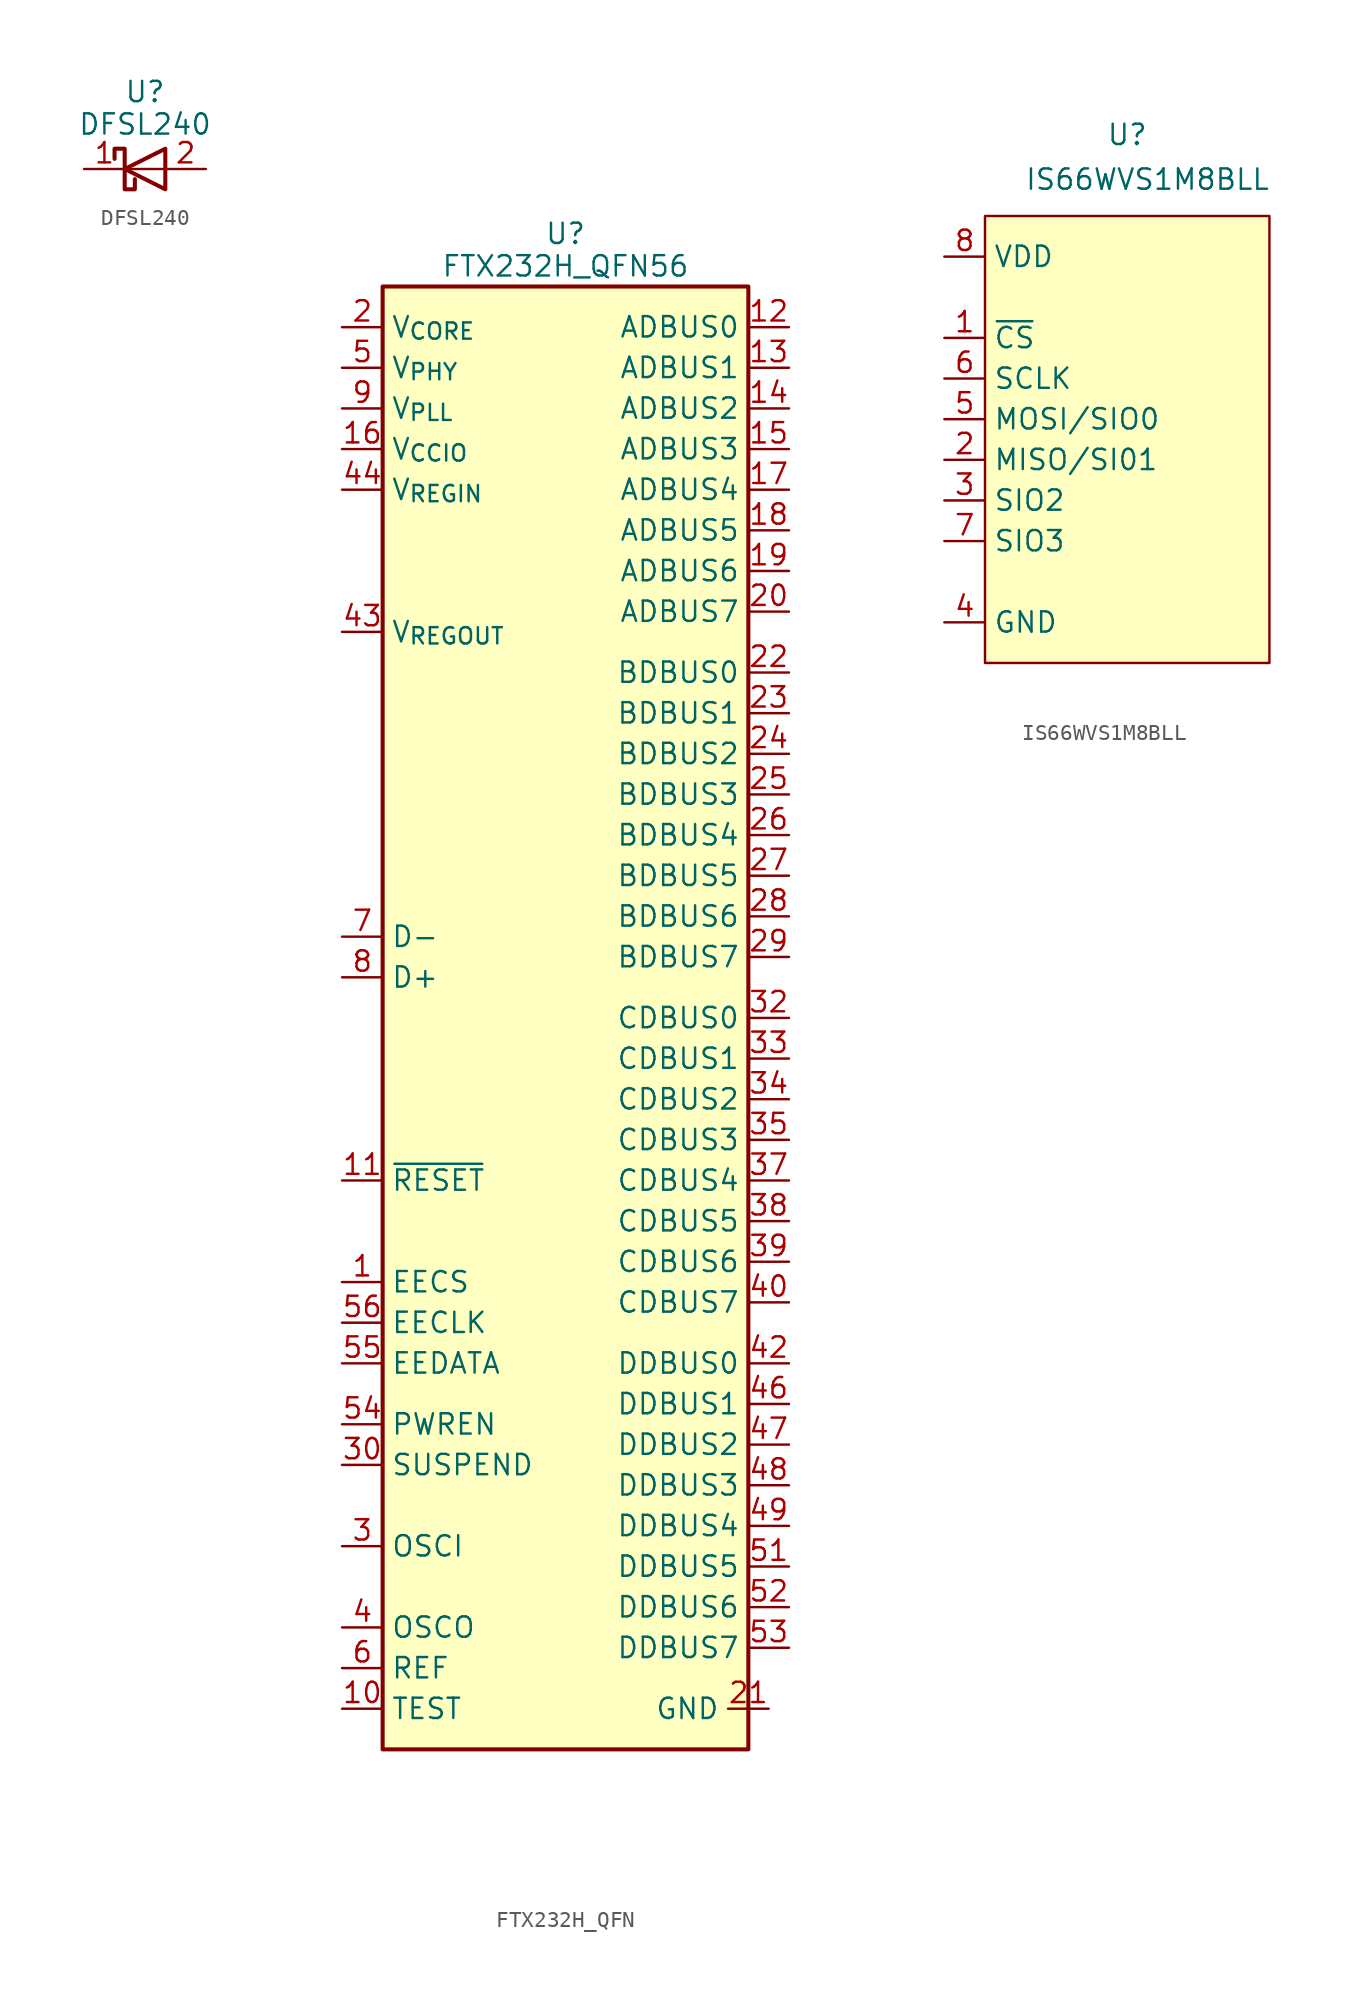
<source format=kicad_sym>
(kicad_symbol_lib
  (version 20231120)
  (generator "kicad_symbol_editor")
  (generator_version "8.0")
  (symbol "DFSL240"
    (pin_names hide)
    (property "Reference" "U"
      (at 0 4.826 0)
      (effects (font (size 1.27 1.27))))
    (property "Value" "DFSL240"
      (at 0 2.794 0)
      (effects (font (size 1.27 1.27))))
    (symbol "DFSL240_0_1"
      (polyline (pts (xy 1.27 0) (xy -1.27 0)) (stroke (width 0) (type default)) (fill (type none)))
      (polyline (pts (xy 1.27 1.27) (xy 1.27 -1.27) (xy -1.27 0) (xy 1.27 1.27)) (stroke (width 0.254) (type default)) (fill (type none)))
      (polyline (pts (xy -1.905 0.635) (xy -1.905 1.27) (xy -1.27 1.27) (xy -1.27 -1.27) (xy -0.635 -1.27) (xy -0.635 -0.635)) (stroke (width 0.254) (type default)) (fill (type none))))
    (symbol "DFSL240_1_1"
      (pin passive line (at -3.81 0 0) (length 2.54) (name "K" (effects (font (size 1.27 1.27)))) (number "1" (effects (font (size 1.27 1.27)))))
      (pin passive line (at 3.81 0 180) (length 2.54) (name "A" (effects (font (size 1.27 1.27)))) (number "2" (effects (font (size 1.27 1.27)))))))
  (symbol "FTX232H_QFN"
    (property "Reference" "U"
      (at 11.43 46.482 0)
      (effects (font (size 1.27 1.27))))
    (property "Value" "FTX232H_QFN56"
      (at 11.43 44.45 0)
      (effects (font (size 1.27 1.27) (thickness 0.15))))
    (symbol "FTX232H_QFN_1_1"
      (rectangle (start 0 43.18) (end 22.86 -48.26) (stroke (width 0.254) (type default)) (fill (type background)))
      (pin bidirectional line (at -2.54 -19.05 0) (length 2.54) (name "EECS" (effects (font (size 1.27 1.27)))) (number "1" (effects (font (size 1.27 1.27)))))
      (pin input line (at -2.54 -45.72 0) (length 2.54) (name "TEST" (effects (font (size 1.27 1.27)))) (number "10" (effects (font (size 1.27 1.27)))))
      (pin input line (at -2.54 -12.7 0) (length 2.54) (name "~{RESET}" (effects (font (size 1.27 1.27)))) (number "11" (effects (font (size 1.27 1.27)))))
      (pin bidirectional line (at 25.4 40.64 180) (length 2.54) (name "ADBUS0" (effects (font (size 1.27 1.27)))) (number "12" (effects (font (size 1.27 1.27)))))
      (pin bidirectional line (at 25.4 38.1 180) (length 2.54) (name "ADBUS1" (effects (font (size 1.27 1.27)))) (number "13" (effects (font (size 1.27 1.27)))))
      (pin bidirectional line (at 25.4 35.56 180) (length 2.54) (name "ADBUS2" (effects (font (size 1.27 1.27)))) (number "14" (effects (font (size 1.27 1.27)))))
      (pin bidirectional line (at 25.4 33.02 180) (length 2.54) (name "ADBUS3" (effects (font (size 1.27 1.27)))) (number "15" (effects (font (size 1.27 1.27)))))
      (pin power_in line (at -2.54 33.02 0) (length 2.54) (name "V_{CCIO}" (effects (font (size 1.27 1.27)))) (number "16" (effects (font (size 1.27 1.27)))))
      (pin bidirectional line (at 25.4 30.48 180) (length 2.54) (name "ADBUS4" (effects (font (size 1.27 1.27)))) (number "17" (effects (font (size 1.27 1.27)))))
      (pin bidirectional line (at 25.4 27.94 180) (length 2.54) (name "ADBUS5" (effects (font (size 1.27 1.27)))) (number "18" (effects (font (size 1.27 1.27)))))
      (pin bidirectional line (at 25.4 25.4 180) (length 2.54) (name "ADBUS6" (effects (font (size 1.27 1.27)))) (number "19" (effects (font (size 1.27 1.27)))))
      (pin power_in line (at -2.54 40.64 0) (length 2.54) (name "V_{CORE}" (effects (font (size 1.27 1.27)))) (number "2" (effects (font (size 1.27 1.27)))))
      (pin bidirectional line (at 25.4 22.86 180) (length 2.54) (name "ADBUS7" (effects (font (size 1.27 1.27)))) (number "20" (effects (font (size 1.27 1.27)))))
      (pin passive line (at 24.13 -45.72 180) (length 2.54) (name "GND" (effects (font (size 1.27 1.27)))) (number "21" (effects (font (size 1.27 1.27)))))
      (pin bidirectional line (at 25.4 19.05 180) (length 2.54) (name "BDBUS0" (effects (font (size 1.27 1.27)))) (number "22" (effects (font (size 1.27 1.27)))))
      (pin bidirectional line (at 25.4 16.51 180) (length 2.54) (name "BDBUS1" (effects (font (size 1.27 1.27)))) (number "23" (effects (font (size 1.27 1.27)))))
      (pin bidirectional line (at 25.4 13.97 180) (length 2.54) (name "BDBUS2" (effects (font (size 1.27 1.27)))) (number "24" (effects (font (size 1.27 1.27)))))
      (pin bidirectional line (at 25.4 11.43 180) (length 2.54) (name "BDBUS3" (effects (font (size 1.27 1.27)))) (number "25" (effects (font (size 1.27 1.27)))))
      (pin bidirectional line (at 25.4 8.89 180) (length 2.54) (name "BDBUS4" (effects (font (size 1.27 1.27)))) (number "26" (effects (font (size 1.27 1.27)))))
      (pin bidirectional line (at 25.4 6.35 180) (length 2.54) (name "BDBUS5" (effects (font (size 1.27 1.27)))) (number "27" (effects (font (size 1.27 1.27)))))
      (pin bidirectional line (at 25.4 3.81 180) (length 2.54) (name "BDBUS6" (effects (font (size 1.27 1.27)))) (number "28" (effects (font (size 1.27 1.27)))))
      (pin bidirectional line (at 25.4 1.27 180) (length 2.54) (name "BDBUS7" (effects (font (size 1.27 1.27)))) (number "29" (effects (font (size 1.27 1.27)))))
      (pin input line (at -2.54 -35.56 0) (length 2.54) (name "OSCI" (effects (font (size 1.27 1.27)))) (number "3" (effects (font (size 1.27 1.27)))))
      (pin output line (at -2.54 -30.48 0) (length 2.54) (name "SUSPEND" (effects (font (size 1.27 1.27)))) (number "30" (effects (font (size 1.27 1.27)))))
      (pin passive line (at -2.54 40.64 0) (length 2.54) hide (name "V_{CORE}" (effects (font (size 1.27 1.27)))) (number "31" (effects (font (size 1.27 1.27)))))
      (pin bidirectional line (at 25.4 -2.54 180) (length 2.54) (name "CDBUS0" (effects (font (size 1.27 1.27)))) (number "32" (effects (font (size 1.27 1.27)))))
      (pin bidirectional line (at 25.4 -5.08 180) (length 2.54) (name "CDBUS1" (effects (font (size 1.27 1.27)))) (number "33" (effects (font (size 1.27 1.27)))))
      (pin bidirectional line (at 25.4 -7.62 180) (length 2.54) (name "CDBUS2" (effects (font (size 1.27 1.27)))) (number "34" (effects (font (size 1.27 1.27)))))
      (pin bidirectional line (at 25.4 -10.16 180) (length 2.54) (name "CDBUS3" (effects (font (size 1.27 1.27)))) (number "35" (effects (font (size 1.27 1.27)))))
      (pin passive line (at -2.54 33.02 0) (length 2.54) hide (name "V_{CCIO}" (effects (font (size 1.27 1.27)))) (number "36" (effects (font (size 1.27 1.27)))))
      (pin bidirectional line (at 25.4 -12.7 180) (length 2.54) (name "CDBUS4" (effects (font (size 1.27 1.27)))) (number "37" (effects (font (size 1.27 1.27)))))
      (pin bidirectional line (at 25.4 -15.24 180) (length 2.54) (name "CDBUS5" (effects (font (size 1.27 1.27)))) (number "38" (effects (font (size 1.27 1.27)))))
      (pin bidirectional line (at 25.4 -17.78 180) (length 2.54) (name "CDBUS6" (effects (font (size 1.27 1.27)))) (number "39" (effects (font (size 1.27 1.27)))))
      (pin output line (at -2.54 -40.64 0) (length 2.54) (name "OSCO" (effects (font (size 1.27 1.27)))) (number "4" (effects (font (size 1.27 1.27)))))
      (pin bidirectional line (at 25.4 -20.32 180) (length 2.54) (name "CDBUS7" (effects (font (size 1.27 1.27)))) (number "40" (effects (font (size 1.27 1.27)))))
      (pin passive line (at 24.13 -45.72 180) (length 2.54) hide (name "GND" (effects (font (size 1.27 1.27)))) (number "41" (effects (font (size 1.27 1.27)))))
      (pin bidirectional line (at 25.4 -24.13 180) (length 2.54) (name "DDBUS0" (effects (font (size 1.27 1.27)))) (number "42" (effects (font (size 1.27 1.27)))))
      (pin power_out line (at -2.54 21.59 0) (length 2.54) (name "V_{REGOUT}" (effects (font (size 1.27 1.27)))) (number "43" (effects (font (size 1.27 1.27)))))
      (pin power_in line (at -2.54 30.48 0) (length 2.54) (name "V_{REGIN}" (effects (font (size 1.27 1.27)))) (number "44" (effects (font (size 1.27 1.27)))))
      (pin passive line (at 24.13 -45.72 180) (length 2.54) hide (name "GND" (effects (font (size 1.27 1.27)))) (number "45" (effects (font (size 1.27 1.27)))))
      (pin bidirectional line (at 25.4 -26.67 180) (length 2.54) (name "DDBUS1" (effects (font (size 1.27 1.27)))) (number "46" (effects (font (size 1.27 1.27)))))
      (pin bidirectional line (at 25.4 -29.21 180) (length 2.54) (name "DDBUS2" (effects (font (size 1.27 1.27)))) (number "47" (effects (font (size 1.27 1.27)))))
      (pin bidirectional line (at 25.4 -31.75 180) (length 2.54) (name "DDBUS3" (effects (font (size 1.27 1.27)))) (number "48" (effects (font (size 1.27 1.27)))))
      (pin bidirectional line (at 25.4 -34.29 180) (length 2.54) (name "DDBUS4" (effects (font (size 1.27 1.27)))) (number "49" (effects (font (size 1.27 1.27)))))
      (pin power_in line (at -2.54 38.1 0) (length 2.54) (name "V_{PHY}" (effects (font (size 1.27 1.27)))) (number "5" (effects (font (size 1.27 1.27)))))
      (pin passive line (at -2.54 33.02 0) (length 2.54) hide (name "V_{CCIO}" (effects (font (size 1.27 1.27)))) (number "50" (effects (font (size 1.27 1.27)))))
      (pin bidirectional line (at 25.4 -36.83 180) (length 2.54) (name "DDBUS5" (effects (font (size 1.27 1.27)))) (number "51" (effects (font (size 1.27 1.27)))))
      (pin bidirectional line (at 25.4 -39.37 180) (length 2.54) (name "DDBUS6" (effects (font (size 1.27 1.27)))) (number "52" (effects (font (size 1.27 1.27)))))
      (pin bidirectional line (at 25.4 -41.91 180) (length 2.54) (name "DDBUS7" (effects (font (size 1.27 1.27)))) (number "53" (effects (font (size 1.27 1.27)))))
      (pin output line (at -2.54 -27.94 0) (length 2.54) (name "PWREN" (effects (font (size 1.27 1.27)))) (number "54" (effects (font (size 1.27 1.27)))))
      (pin bidirectional line (at -2.54 -24.13 0) (length 2.54) (name "EEDATA" (effects (font (size 1.27 1.27)))) (number "55" (effects (font (size 1.27 1.27)))))
      (pin output line (at -2.54 -21.59 0) (length 2.54) (name "EECLK" (effects (font (size 1.27 1.27)))) (number "56" (effects (font (size 1.27 1.27)))))
      (pin input line (at -2.54 -43.18 0) (length 2.54) (name "REF" (effects (font (size 1.27 1.27)))) (number "6" (effects (font (size 1.27 1.27)))))
      (pin bidirectional line (at -2.54 2.54 0) (length 2.54) (name "D-" (effects (font (size 1.27 1.27)))) (number "7" (effects (font (size 1.27 1.27)))))
      (pin bidirectional line (at -2.54 0 0) (length 2.54) (name "D+" (effects (font (size 1.27 1.27)))) (number "8" (effects (font (size 1.27 1.27)))))
      (pin power_in line (at -2.54 35.56 0) (length 2.54) (name "V_{PLL}" (effects (font (size 1.27 1.27)))) (number "9" (effects (font (size 1.27 1.27)))))))
  (symbol "IS66WVS1M8BLL"
    (property "Reference" "U"
      (at 0 6.35 0)
      (effects (font (size 1.27 1.27))))
    (property "Value" "IS66WVS1M8BLL"
      (at 1.27 3.556 0)
      (effects (font (size 1.27 1.27))))
    (symbol "IS66WVS1M8BLL_1_1"
      (rectangle (start -8.89 1.27) (end 8.89 -26.67) (stroke (width 0) (type default)) (fill (type background)))
      (pin input line (at -11.43 -6.35 0) (length 2.54) (name "~{CS}" (effects (font (size 1.27 1.27)))) (number "1" (effects (font (size 1.27 1.27)))))
      (pin output line (at -11.43 -13.97 0) (length 2.54) (name "MISO/SI01" (effects (font (size 1.27 1.27)))) (number "2" (effects (font (size 1.27 1.27)))))
      (pin input line (at -11.43 -16.51 0) (length 2.54) (name "SIO2" (effects (font (size 1.27 1.27)))) (number "3" (effects (font (size 1.27 1.27)))))
      (pin passive line (at -11.43 -24.13 0) (length 2.54) (name "GND" (effects (font (size 1.27 1.27)))) (number "4" (effects (font (size 1.27 1.27)))))
      (pin input line (at -11.43 -11.43 0) (length 2.54) (name "MOSI/SIO0" (effects (font (size 1.27 1.27)))) (number "5" (effects (font (size 1.27 1.27)))))
      (pin input line (at -11.43 -8.89 0) (length 2.54) (name "SCLK" (effects (font (size 1.27 1.27)))) (number "6" (effects (font (size 1.27 1.27)))))
      (pin input line (at -11.43 -19.05 0) (length 2.54) (name "SIO3" (effects (font (size 1.27 1.27)))) (number "7" (effects (font (size 1.27 1.27)))))
      (pin power_in line (at -11.43 -1.27 0) (length 2.54) (name "VDD" (effects (font (size 1.27 1.27)))) (number "8" (effects (font (size 1.27 1.27))))))))
</source>
